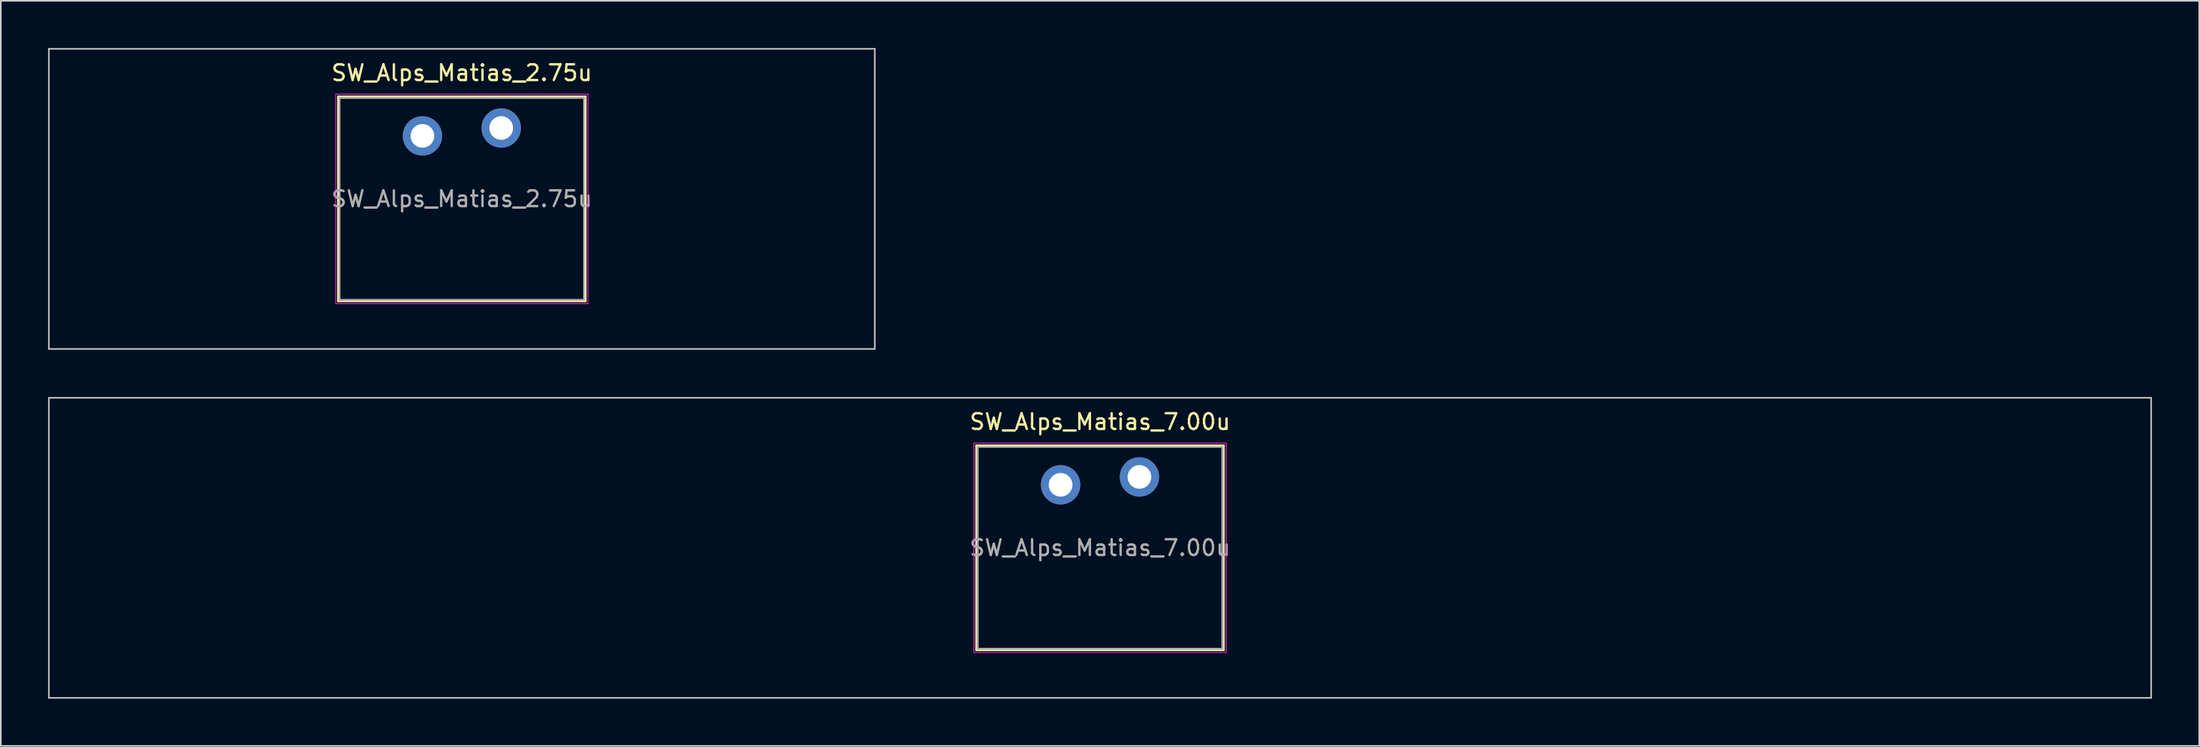
<source format=kicad_pcb>
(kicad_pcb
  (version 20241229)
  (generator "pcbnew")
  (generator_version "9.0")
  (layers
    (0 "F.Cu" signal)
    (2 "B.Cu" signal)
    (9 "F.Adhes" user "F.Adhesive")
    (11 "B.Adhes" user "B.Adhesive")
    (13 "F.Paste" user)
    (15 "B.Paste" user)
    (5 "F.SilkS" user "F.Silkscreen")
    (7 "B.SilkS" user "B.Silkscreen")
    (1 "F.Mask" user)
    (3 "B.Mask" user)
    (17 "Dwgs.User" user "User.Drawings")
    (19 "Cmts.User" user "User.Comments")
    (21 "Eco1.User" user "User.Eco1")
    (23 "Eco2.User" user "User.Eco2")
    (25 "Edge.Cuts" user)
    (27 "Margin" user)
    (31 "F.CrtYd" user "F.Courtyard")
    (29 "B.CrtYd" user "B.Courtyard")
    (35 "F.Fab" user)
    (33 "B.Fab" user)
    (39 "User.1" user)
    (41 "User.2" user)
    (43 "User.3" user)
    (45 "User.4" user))
  (footprint "SW_Alps_Matias_7.00u"
    (layer "F.Cu")
    (at 66.725 31.725)
    (property "Reference" "SW_Alps_Matias_7.00u" (at 0 -8 0) (layer "F.SilkS") (effects (font (size 1 1) (thickness 0.15))))
    (attr through_hole)
    (fp_line (start -7.85 -6.5) (end -7.85 6.5) (stroke (width 0.12) (type solid)) (layer "F.SilkS"))
    (fp_line (start -7.85 6.5) (end 7.85 6.5) (stroke (width 0.12) (type solid)) (layer "F.SilkS"))
    (fp_line (start 7.85 -6.5) (end -7.85 -6.5) (stroke (width 0.12) (type solid)) (layer "F.SilkS"))
    (fp_line (start 7.85 6.5) (end 7.85 -6.5) (stroke (width 0.12) (type solid)) (layer "F.SilkS"))
    (fp_line (start -66.675 -9.525) (end -66.675 9.525) (stroke (width 0.1) (type solid)) (layer "Dwgs.User"))
    (fp_line (start -66.675 9.525) (end 66.675 9.525) (stroke (width 0.1) (type solid)) (layer "Dwgs.User"))
    (fp_line (start 66.675 -9.525) (end -66.675 -9.525) (stroke (width 0.1) (type solid)) (layer "Dwgs.User"))
    (fp_line (start 66.675 9.525) (end 66.675 -9.525) (stroke (width 0.1) (type solid)) (layer "Dwgs.User"))
    (fp_line (start -7.75 -6.4) (end -7.75 6.4) (stroke (width 0.1) (type solid)) (layer "Eco1.User"))
    (fp_line (start -7.75 6.4) (end 7.75 6.4) (stroke (width 0.1) (type solid)) (layer "Eco1.User"))
    (fp_line (start 7.75 -6.4) (end -7.75 -6.4) (stroke (width 0.1) (type solid)) (layer "Eco1.User"))
    (fp_line (start 7.75 6.4) (end 7.75 -6.4) (stroke (width 0.1) (type solid)) (layer "Eco1.User"))
    (fp_line (start -8 -6.65) (end -8 6.65) (stroke (width 0.05) (type solid)) (layer "F.CrtYd"))
    (fp_line (start -8 6.65) (end 8 6.65) (stroke (width 0.05) (type solid)) (layer "F.CrtYd"))
    (fp_line (start 8 -6.65) (end -8 -6.65) (stroke (width 0.05) (type solid)) (layer "F.CrtYd"))
    (fp_line (start 8 6.65) (end 8 -6.65) (stroke (width 0.05) (type solid)) (layer "F.CrtYd"))
    (fp_line (start -7.75 -6.4) (end -7.75 6.4) (stroke (width 0.1) (type solid)) (layer "F.Fab"))
    (fp_line (start -7.75 6.4) (end 7.75 6.4) (stroke (width 0.1) (type solid)) (layer "F.Fab"))
    (fp_line (start 7.75 -6.4) (end -7.75 -6.4) (stroke (width 0.1) (type solid)) (layer "F.Fab"))
    (fp_line (start 7.75 6.4) (end 7.75 -6.4) (stroke (width 0.1) (type solid)) (layer "F.Fab"))
    (fp_text user "${REFERENCE}" (at 0 0 0) (layer "F.Fab") (effects (font (size 1 1) (thickness 0.15))))
    (pad "1" thru_hole circle (at -2.5 -4) (size 2.5 2.5) (drill 1.5) (layers "*.Cu" "*.Mask"))
    (pad "2" thru_hole circle (at 2.5 -4.5) (size 2.5 2.5) (drill 1.5) (layers "*.Cu" "*.Mask")))
  (footprint "SW_Alps_Matias_2.75u"
    (layer "F.Cu")
    (at 26.244 9.575)
    (property "Reference" "SW_Alps_Matias_2.75u" (at 0 -8 0) (layer "F.SilkS") (effects (font (size 1 1) (thickness 0.15))))
    (attr through_hole)
    (fp_line (start -7.85 -6.5) (end -7.85 6.5) (stroke (width 0.12) (type solid)) (layer "F.SilkS"))
    (fp_line (start -7.85 6.5) (end 7.85 6.5) (stroke (width 0.12) (type solid)) (layer "F.SilkS"))
    (fp_line (start 7.85 -6.5) (end -7.85 -6.5) (stroke (width 0.12) (type solid)) (layer "F.SilkS"))
    (fp_line (start 7.85 6.5) (end 7.85 -6.5) (stroke (width 0.12) (type solid)) (layer "F.SilkS"))
    (fp_line (start -26.194 -9.525) (end -26.194 9.525) (stroke (width 0.1) (type solid)) (layer "Dwgs.User"))
    (fp_line (start -26.194 9.525) (end 26.194 9.525) (stroke (width 0.1) (type solid)) (layer "Dwgs.User"))
    (fp_line (start 26.194 -9.525) (end -26.194 -9.525) (stroke (width 0.1) (type solid)) (layer "Dwgs.User"))
    (fp_line (start 26.194 9.525) (end 26.194 -9.525) (stroke (width 0.1) (type solid)) (layer "Dwgs.User"))
    (fp_line (start -7.75 -6.4) (end -7.75 6.4) (stroke (width 0.1) (type solid)) (layer "Eco1.User"))
    (fp_line (start -7.75 6.4) (end 7.75 6.4) (stroke (width 0.1) (type solid)) (layer "Eco1.User"))
    (fp_line (start 7.75 -6.4) (end -7.75 -6.4) (stroke (width 0.1) (type solid)) (layer "Eco1.User"))
    (fp_line (start 7.75 6.4) (end 7.75 -6.4) (stroke (width 0.1) (type solid)) (layer "Eco1.User"))
    (fp_line (start -8 -6.65) (end -8 6.65) (stroke (width 0.05) (type solid)) (layer "F.CrtYd"))
    (fp_line (start -8 6.65) (end 8 6.65) (stroke (width 0.05) (type solid)) (layer "F.CrtYd"))
    (fp_line (start 8 -6.65) (end -8 -6.65) (stroke (width 0.05) (type solid)) (layer "F.CrtYd"))
    (fp_line (start 8 6.65) (end 8 -6.65) (stroke (width 0.05) (type solid)) (layer "F.CrtYd"))
    (fp_line (start -7.75 -6.4) (end -7.75 6.4) (stroke (width 0.1) (type solid)) (layer "F.Fab"))
    (fp_line (start -7.75 6.4) (end 7.75 6.4) (stroke (width 0.1) (type solid)) (layer "F.Fab"))
    (fp_line (start 7.75 -6.4) (end -7.75 -6.4) (stroke (width 0.1) (type solid)) (layer "F.Fab"))
    (fp_line (start 7.75 6.4) (end 7.75 -6.4) (stroke (width 0.1) (type solid)) (layer "F.Fab"))
    (fp_text user "${REFERENCE}" (at 0 0 0) (layer "F.Fab") (effects (font (size 1 1) (thickness 0.15))))
    (pad "1" thru_hole circle (at -2.5 -4) (size 2.5 2.5) (drill 1.5) (layers "*.Cu" "*.Mask"))
    (pad "2" thru_hole circle (at 2.5 -4.5) (size 2.5 2.5) (drill 1.5) (layers "*.Cu" "*.Mask")))
  (gr_rect
    (start -3 -3)
    (end 136.45 44.3)
    (stroke (width 0.1) (type default))
    (fill no)
    (layer "Edge.Cuts")))
</source>
